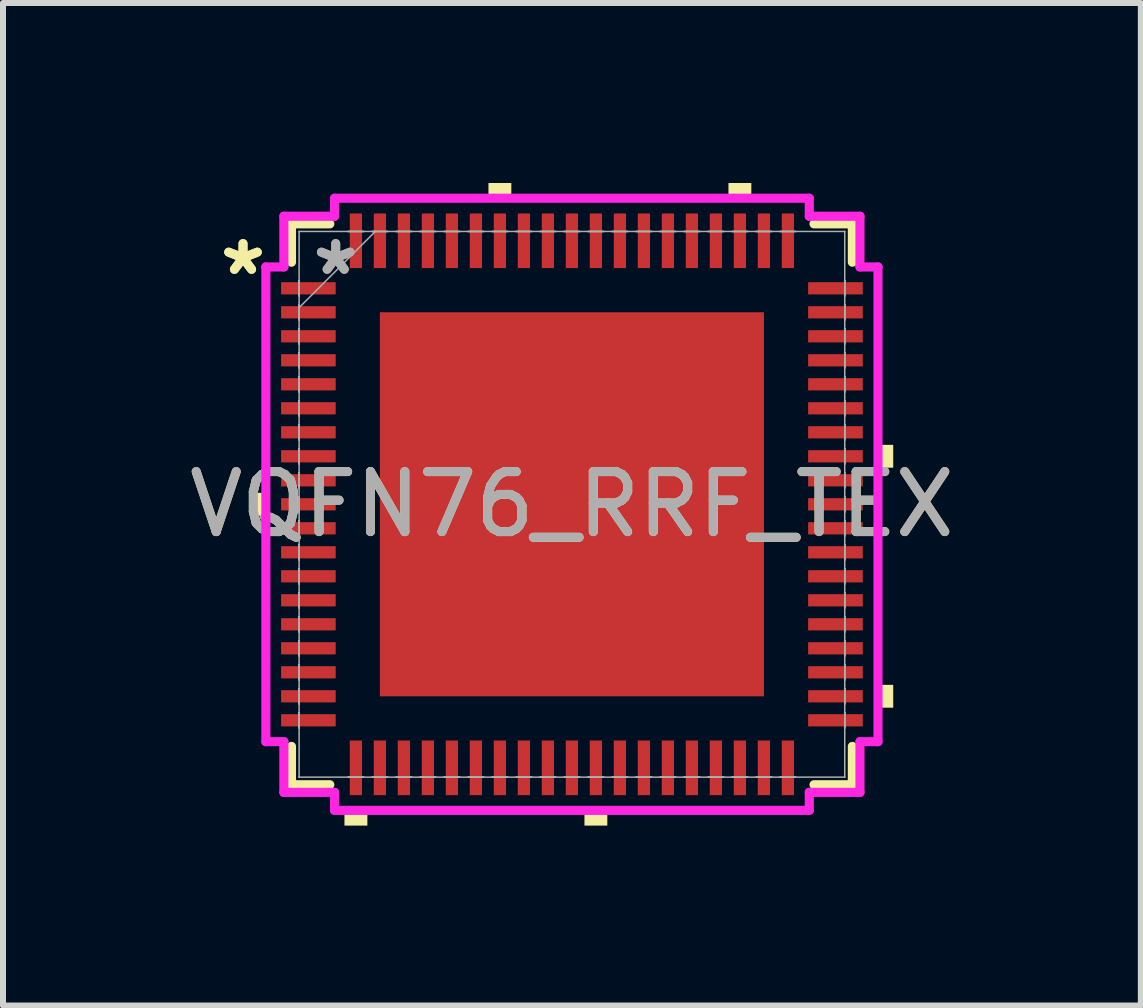
<source format=kicad_pcb>
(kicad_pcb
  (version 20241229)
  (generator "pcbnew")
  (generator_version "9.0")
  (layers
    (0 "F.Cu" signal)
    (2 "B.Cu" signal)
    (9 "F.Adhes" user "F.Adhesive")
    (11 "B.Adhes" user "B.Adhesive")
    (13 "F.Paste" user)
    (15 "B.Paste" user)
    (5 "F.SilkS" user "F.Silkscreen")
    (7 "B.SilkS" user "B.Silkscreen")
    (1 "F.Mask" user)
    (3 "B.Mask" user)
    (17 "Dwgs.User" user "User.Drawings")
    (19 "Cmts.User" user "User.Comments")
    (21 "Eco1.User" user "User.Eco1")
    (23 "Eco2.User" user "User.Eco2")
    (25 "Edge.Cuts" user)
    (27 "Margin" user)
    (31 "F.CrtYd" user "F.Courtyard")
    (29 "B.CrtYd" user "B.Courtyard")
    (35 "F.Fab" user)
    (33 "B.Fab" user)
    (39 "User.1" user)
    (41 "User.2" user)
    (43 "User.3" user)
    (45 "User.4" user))
  (footprint "VQFN76_RRF_TEX"
    (layer "F.Cu")
    (at 6.482 5.355)
    (property "Reference" "VQFN76_RRF_TEX" (at 0 0 0) (unlocked yes) (layer "F.SilkS") (effects (font (size 1 1) (thickness 0.15))))
    (attr smd)
    (fp_line (start -4.674 -4.674) (end -4.674 -4.035) (stroke (width 0.152) (type solid)) (layer "F.SilkS"))
    (fp_line (start -4.674 4.035) (end -4.674 4.674) (stroke (width 0.152) (type solid)) (layer "F.SilkS"))
    (fp_line (start -4.674 4.674) (end -4.035 4.674) (stroke (width 0.152) (type solid)) (layer "F.SilkS"))
    (fp_line (start -4.035 -4.674) (end -4.674 -4.674) (stroke (width 0.152) (type solid)) (layer "F.SilkS"))
    (fp_line (start 4.035 4.674) (end 4.674 4.674) (stroke (width 0.152) (type solid)) (layer "F.SilkS"))
    (fp_line (start 4.674 -4.674) (end 4.035 -4.674) (stroke (width 0.152) (type solid)) (layer "F.SilkS"))
    (fp_line (start 4.674 -4.035) (end 4.674 -4.674) (stroke (width 0.152) (type solid)) (layer "F.SilkS"))
    (fp_line (start 4.674 4.674) (end 4.674 4.035) (stroke (width 0.152) (type solid)) (layer "F.SilkS"))
    (fp_poly (pts (xy -5.355 -0.191) (xy -5.355 0.191) (xy -5.101 0.191) (xy -5.101 -0.191)) (stroke (width 0) (type solid)) (fill yes) (layer "F.SilkS"))
    (fp_poly (pts (xy -3.791 5.101) (xy -3.791 5.355) (xy -3.409 5.355) (xy -3.409 5.101)) (stroke (width 0) (type solid)) (fill yes) (layer "F.SilkS"))
    (fp_poly (pts (xy -1.391 -5.101) (xy -1.391 -5.355) (xy -1.01 -5.355) (xy -1.01 -5.101)) (stroke (width 0) (type solid)) (fill yes) (layer "F.SilkS"))
    (fp_poly (pts (xy 0.209 5.101) (xy 0.209 5.355) (xy 0.59 5.355) (xy 0.59 5.101)) (stroke (width 0) (type solid)) (fill yes) (layer "F.SilkS"))
    (fp_poly (pts (xy 2.609 -5.101) (xy 2.609 -5.355) (xy 2.99 -5.355) (xy 2.99 -5.101)) (stroke (width 0) (type solid)) (fill yes) (layer "F.SilkS"))
    (fp_poly (pts (xy 5.355 -0.991) (xy 5.355 -0.61) (xy 5.101 -0.61) (xy 5.101 -0.991)) (stroke (width 0) (type solid)) (fill yes) (layer "F.SilkS"))
    (fp_poly (pts (xy 5.355 3.009) (xy 5.355 3.39) (xy 5.101 3.39) (xy 5.101 3.009)) (stroke (width 0) (type solid)) (fill yes) (layer "F.SilkS"))
    (fp_poly (pts (xy -3.1 -3.1) (xy -3.1 -2.02) (xy -2.02 -2.02) (xy -2.02 -3.1)) (stroke (width 0) (type solid)) (fill yes) (layer "F.Paste"))
    (fp_poly (pts (xy -3.1 -1.82) (xy -3.1 -0.74) (xy -2.02 -0.74) (xy -2.02 -1.82)) (stroke (width 0) (type solid)) (fill yes) (layer "F.Paste"))
    (fp_poly (pts (xy -3.1 -0.54) (xy -3.1 0.54) (xy -2.02 0.54) (xy -2.02 -0.54)) (stroke (width 0) (type solid)) (fill yes) (layer "F.Paste"))
    (fp_poly (pts (xy -3.1 0.74) (xy -3.1 1.82) (xy -2.02 1.82) (xy -2.02 0.74)) (stroke (width 0) (type solid)) (fill yes) (layer "F.Paste"))
    (fp_poly (pts (xy -3.1 2.02) (xy -3.1 3.1) (xy -2.02 3.1) (xy -2.02 2.02)) (stroke (width 0) (type solid)) (fill yes) (layer "F.Paste"))
    (fp_poly (pts (xy -1.82 -3.1) (xy -1.82 -2.02) (xy -0.74 -2.02) (xy -0.74 -3.1)) (stroke (width 0) (type solid)) (fill yes) (layer "F.Paste"))
    (fp_poly (pts (xy -1.82 -1.82) (xy -1.82 -0.74) (xy -0.74 -0.74) (xy -0.74 -1.82)) (stroke (width 0) (type solid)) (fill yes) (layer "F.Paste"))
    (fp_poly (pts (xy -1.82 -0.54) (xy -1.82 0.54) (xy -0.74 0.54) (xy -0.74 -0.54)) (stroke (width 0) (type solid)) (fill yes) (layer "F.Paste"))
    (fp_poly (pts (xy -1.82 0.74) (xy -1.82 1.82) (xy -0.74 1.82) (xy -0.74 0.74)) (stroke (width 0) (type solid)) (fill yes) (layer "F.Paste"))
    (fp_poly (pts (xy -1.82 2.02) (xy -1.82 3.1) (xy -0.74 3.1) (xy -0.74 2.02)) (stroke (width 0) (type solid)) (fill yes) (layer "F.Paste"))
    (fp_poly (pts (xy -0.54 -3.1) (xy -0.54 -2.02) (xy 0.54 -2.02) (xy 0.54 -3.1)) (stroke (width 0) (type solid)) (fill yes) (layer "F.Paste"))
    (fp_poly (pts (xy -0.54 -1.82) (xy -0.54 -0.74) (xy 0.54 -0.74) (xy 0.54 -1.82)) (stroke (width 0) (type solid)) (fill yes) (layer "F.Paste"))
    (fp_poly (pts (xy -0.54 -0.54) (xy -0.54 0.54) (xy 0.54 0.54) (xy 0.54 -0.54)) (stroke (width 0) (type solid)) (fill yes) (layer "F.Paste"))
    (fp_poly (pts (xy -0.54 0.74) (xy -0.54 1.82) (xy 0.54 1.82) (xy 0.54 0.74)) (stroke (width 0) (type solid)) (fill yes) (layer "F.Paste"))
    (fp_poly (pts (xy -0.54 2.02) (xy -0.54 3.1) (xy 0.54 3.1) (xy 0.54 2.02)) (stroke (width 0) (type solid)) (fill yes) (layer "F.Paste"))
    (fp_poly (pts (xy 0.74 -3.1) (xy 0.74 -2.02) (xy 1.82 -2.02) (xy 1.82 -3.1)) (stroke (width 0) (type solid)) (fill yes) (layer "F.Paste"))
    (fp_poly (pts (xy 0.74 -1.82) (xy 0.74 -0.74) (xy 1.82 -0.74) (xy 1.82 -1.82)) (stroke (width 0) (type solid)) (fill yes) (layer "F.Paste"))
    (fp_poly (pts (xy 0.74 -0.54) (xy 0.74 0.54) (xy 1.82 0.54) (xy 1.82 -0.54)) (stroke (width 0) (type solid)) (fill yes) (layer "F.Paste"))
    (fp_poly (pts (xy 0.74 0.74) (xy 0.74 1.82) (xy 1.82 1.82) (xy 1.82 0.74)) (stroke (width 0) (type solid)) (fill yes) (layer "F.Paste"))
    (fp_poly (pts (xy 0.74 2.02) (xy 0.74 3.1) (xy 1.82 3.1) (xy 1.82 2.02)) (stroke (width 0) (type solid)) (fill yes) (layer "F.Paste"))
    (fp_poly (pts (xy 2.02 -3.1) (xy 2.02 -2.02) (xy 3.1 -2.02) (xy 3.1 -3.1)) (stroke (width 0) (type solid)) (fill yes) (layer "F.Paste"))
    (fp_poly (pts (xy 2.02 -1.82) (xy 2.02 -0.74) (xy 3.1 -0.74) (xy 3.1 -1.82)) (stroke (width 0) (type solid)) (fill yes) (layer "F.Paste"))
    (fp_poly (pts (xy 2.02 -0.54) (xy 2.02 0.54) (xy 3.1 0.54) (xy 3.1 -0.54)) (stroke (width 0) (type solid)) (fill yes) (layer "F.Paste"))
    (fp_poly (pts (xy 2.02 0.74) (xy 2.02 1.82) (xy 3.1 1.82) (xy 3.1 0.74)) (stroke (width 0) (type solid)) (fill yes) (layer "F.Paste"))
    (fp_poly (pts (xy 2.02 2.02) (xy 2.02 3.1) (xy 3.1 3.1) (xy 3.1 2.02)) (stroke (width 0) (type solid)) (fill yes) (layer "F.Paste"))
    (fp_line (start -5.101 -3.956) (end -4.801 -3.956) (stroke (width 0.152) (type solid)) (layer "F.CrtYd"))
    (fp_line (start -5.101 3.956) (end -5.101 -3.956) (stroke (width 0.152) (type solid)) (layer "F.CrtYd"))
    (fp_line (start -4.801 -4.801) (end -3.956 -4.801) (stroke (width 0.152) (type solid)) (layer "F.CrtYd"))
    (fp_line (start -4.801 -3.956) (end -4.801 -4.801) (stroke (width 0.152) (type solid)) (layer "F.CrtYd"))
    (fp_line (start -4.801 3.956) (end -5.101 3.956) (stroke (width 0.152) (type solid)) (layer "F.CrtYd"))
    (fp_line (start -4.801 4.801) (end -4.801 3.956) (stroke (width 0.152) (type solid)) (layer "F.CrtYd"))
    (fp_line (start -3.956 -5.101) (end 3.956 -5.101) (stroke (width 0.152) (type solid)) (layer "F.CrtYd"))
    (fp_line (start -3.956 -4.801) (end -3.956 -5.101) (stroke (width 0.152) (type solid)) (layer "F.CrtYd"))
    (fp_line (start -3.956 4.801) (end -4.801 4.801) (stroke (width 0.152) (type solid)) (layer "F.CrtYd"))
    (fp_line (start -3.956 5.101) (end -3.956 4.801) (stroke (width 0.152) (type solid)) (layer "F.CrtYd"))
    (fp_line (start 3.956 -5.101) (end 3.956 -4.801) (stroke (width 0.152) (type solid)) (layer "F.CrtYd"))
    (fp_line (start 3.956 -4.801) (end 4.801 -4.801) (stroke (width 0.152) (type solid)) (layer "F.CrtYd"))
    (fp_line (start 3.956 4.801) (end 3.956 5.101) (stroke (width 0.152) (type solid)) (layer "F.CrtYd"))
    (fp_line (start 3.956 5.101) (end -3.956 5.101) (stroke (width 0.152) (type solid)) (layer "F.CrtYd"))
    (fp_line (start 4.801 -4.801) (end 4.801 -3.956) (stroke (width 0.152) (type solid)) (layer "F.CrtYd"))
    (fp_line (start 4.801 -3.956) (end 5.101 -3.956) (stroke (width 0.152) (type solid)) (layer "F.CrtYd"))
    (fp_line (start 4.801 3.956) (end 4.801 4.801) (stroke (width 0.152) (type solid)) (layer "F.CrtYd"))
    (fp_line (start 4.801 4.801) (end 3.956 4.801) (stroke (width 0.152) (type solid)) (layer "F.CrtYd"))
    (fp_line (start 5.101 -3.956) (end 5.101 3.956) (stroke (width 0.152) (type solid)) (layer "F.CrtYd"))
    (fp_line (start 5.101 3.956) (end 4.801 3.956) (stroke (width 0.152) (type solid)) (layer "F.CrtYd"))
    (fp_line (start -4.547 -4.547) (end -4.547 -4.547) (stroke (width 0.025) (type solid)) (layer "F.Fab"))
    (fp_line (start -4.547 -4.547) (end -4.547 4.547) (stroke (width 0.025) (type solid)) (layer "F.Fab"))
    (fp_line (start -4.547 -3.727) (end -4.547 -3.727) (stroke (width 0.025) (type solid)) (layer "F.Fab"))
    (fp_line (start -4.547 -3.727) (end -4.547 -3.473) (stroke (width 0.025) (type solid)) (layer "F.Fab"))
    (fp_line (start -4.547 -3.473) (end -4.547 -3.727) (stroke (width 0.025) (type solid)) (layer "F.Fab"))
    (fp_line (start -4.547 -3.473) (end -4.547 -3.473) (stroke (width 0.025) (type solid)) (layer "F.Fab"))
    (fp_line (start -4.547 -3.327) (end -4.547 -3.327) (stroke (width 0.025) (type solid)) (layer "F.Fab"))
    (fp_line (start -4.547 -3.327) (end -4.547 -3.073) (stroke (width 0.025) (type solid)) (layer "F.Fab"))
    (fp_line (start -4.547 -3.277) (end -3.277 -4.547) (stroke (width 0.025) (type solid)) (layer "F.Fab"))
    (fp_line (start -4.547 -3.073) (end -4.547 -3.327) (stroke (width 0.025) (type solid)) (layer "F.Fab"))
    (fp_line (start -4.547 -3.073) (end -4.547 -3.073) (stroke (width 0.025) (type solid)) (layer "F.Fab"))
    (fp_line (start -4.547 -2.927) (end -4.547 -2.927) (stroke (width 0.025) (type solid)) (layer "F.Fab"))
    (fp_line (start -4.547 -2.927) (end -4.547 -2.673) (stroke (width 0.025) (type solid)) (layer "F.Fab"))
    (fp_line (start -4.547 -2.673) (end -4.547 -2.927) (stroke (width 0.025) (type solid)) (layer "F.Fab"))
    (fp_line (start -4.547 -2.673) (end -4.547 -2.673) (stroke (width 0.025) (type solid)) (layer "F.Fab"))
    (fp_line (start -4.547 -2.527) (end -4.547 -2.527) (stroke (width 0.025) (type solid)) (layer "F.Fab"))
    (fp_line (start -4.547 -2.527) (end -4.547 -2.273) (stroke (width 0.025) (type solid)) (layer "F.Fab"))
    (fp_line (start -4.547 -2.273) (end -4.547 -2.527) (stroke (width 0.025) (type solid)) (layer "F.Fab"))
    (fp_line (start -4.547 -2.273) (end -4.547 -2.273) (stroke (width 0.025) (type solid)) (layer "F.Fab"))
    (fp_line (start -4.547 -2.127) (end -4.547 -2.127) (stroke (width 0.025) (type solid)) (layer "F.Fab"))
    (fp_line (start -4.547 -2.127) (end -4.547 -1.873) (stroke (width 0.025) (type solid)) (layer "F.Fab"))
    (fp_line (start -4.547 -1.873) (end -4.547 -2.127) (stroke (width 0.025) (type solid)) (layer "F.Fab"))
    (fp_line (start -4.547 -1.873) (end -4.547 -1.873) (stroke (width 0.025) (type solid)) (layer "F.Fab"))
    (fp_line (start -4.547 -1.727) (end -4.547 -1.727) (stroke (width 0.025) (type solid)) (layer "F.Fab"))
    (fp_line (start -4.547 -1.727) (end -4.547 -1.473) (stroke (width 0.025) (type solid)) (layer "F.Fab"))
    (fp_line (start -4.547 -1.473) (end -4.547 -1.727) (stroke (width 0.025) (type solid)) (layer "F.Fab"))
    (fp_line (start -4.547 -1.473) (end -4.547 -1.473) (stroke (width 0.025) (type solid)) (layer "F.Fab"))
    (fp_line (start -4.547 -1.327) (end -4.547 -1.327) (stroke (width 0.025) (type solid)) (layer "F.Fab"))
    (fp_line (start -4.547 -1.327) (end -4.547 -1.073) (stroke (width 0.025) (type solid)) (layer "F.Fab"))
    (fp_line (start -4.547 -1.073) (end -4.547 -1.327) (stroke (width 0.025) (type solid)) (layer "F.Fab"))
    (fp_line (start -4.547 -1.073) (end -4.547 -1.073) (stroke (width 0.025) (type solid)) (layer "F.Fab"))
    (fp_line (start -4.547 -0.927) (end -4.547 -0.927) (stroke (width 0.025) (type solid)) (layer "F.Fab"))
    (fp_line (start -4.547 -0.927) (end -4.547 -0.673) (stroke (width 0.025) (type solid)) (layer "F.Fab"))
    (fp_line (start -4.547 -0.673) (end -4.547 -0.927) (stroke (width 0.025) (type solid)) (layer "F.Fab"))
    (fp_line (start -4.547 -0.673) (end -4.547 -0.673) (stroke (width 0.025) (type solid)) (layer "F.Fab"))
    (fp_line (start -4.547 -0.527) (end -4.547 -0.527) (stroke (width 0.025) (type solid)) (layer "F.Fab"))
    (fp_line (start -4.547 -0.527) (end -4.547 -0.273) (stroke (width 0.025) (type solid)) (layer "F.Fab"))
    (fp_line (start -4.547 -0.273) (end -4.547 -0.527) (stroke (width 0.025) (type solid)) (layer "F.Fab"))
    (fp_line (start -4.547 -0.273) (end -4.547 -0.273) (stroke (width 0.025) (type solid)) (layer "F.Fab"))
    (fp_line (start -4.547 -0.127) (end -4.547 -0.127) (stroke (width 0.025) (type solid)) (layer "F.Fab"))
    (fp_line (start -4.547 -0.127) (end -4.547 0.127) (stroke (width 0.025) (type solid)) (layer "F.Fab"))
    (fp_line (start -4.547 0.127) (end -4.547 -0.127) (stroke (width 0.025) (type solid)) (layer "F.Fab"))
    (fp_line (start -4.547 0.127) (end -4.547 0.127) (stroke (width 0.025) (type solid)) (layer "F.Fab"))
    (fp_line (start -4.547 0.273) (end -4.547 0.273) (stroke (width 0.025) (type solid)) (layer "F.Fab"))
    (fp_line (start -4.547 0.273) (end -4.547 0.527) (stroke (width 0.025) (type solid)) (layer "F.Fab"))
    (fp_line (start -4.547 0.527) (end -4.547 0.273) (stroke (width 0.025) (type solid)) (layer "F.Fab"))
    (fp_line (start -4.547 0.527) (end -4.547 0.527) (stroke (width 0.025) (type solid)) (layer "F.Fab"))
    (fp_line (start -4.547 0.673) (end -4.547 0.673) (stroke (width 0.025) (type solid)) (layer "F.Fab"))
    (fp_line (start -4.547 0.673) (end -4.547 0.927) (stroke (width 0.025) (type solid)) (layer "F.Fab"))
    (fp_line (start -4.547 0.927) (end -4.547 0.673) (stroke (width 0.025) (type solid)) (layer "F.Fab"))
    (fp_line (start -4.547 0.927) (end -4.547 0.927) (stroke (width 0.025) (type solid)) (layer "F.Fab"))
    (fp_line (start -4.547 1.073) (end -4.547 1.073) (stroke (width 0.025) (type solid)) (layer "F.Fab"))
    (fp_line (start -4.547 1.073) (end -4.547 1.327) (stroke (width 0.025) (type solid)) (layer "F.Fab"))
    (fp_line (start -4.547 1.327) (end -4.547 1.073) (stroke (width 0.025) (type solid)) (layer "F.Fab"))
    (fp_line (start -4.547 1.327) (end -4.547 1.327) (stroke (width 0.025) (type solid)) (layer "F.Fab"))
    (fp_line (start -4.547 1.473) (end -4.547 1.473) (stroke (width 0.025) (type solid)) (layer "F.Fab"))
    (fp_line (start -4.547 1.473) (end -4.547 1.727) (stroke (width 0.025) (type solid)) (layer "F.Fab"))
    (fp_line (start -4.547 1.727) (end -4.547 1.473) (stroke (width 0.025) (type solid)) (layer "F.Fab"))
    (fp_line (start -4.547 1.727) (end -4.547 1.727) (stroke (width 0.025) (type solid)) (layer "F.Fab"))
    (fp_line (start -4.547 1.873) (end -4.547 1.873) (stroke (width 0.025) (type solid)) (layer "F.Fab"))
    (fp_line (start -4.547 1.873) (end -4.547 2.127) (stroke (width 0.025) (type solid)) (layer "F.Fab"))
    (fp_line (start -4.547 2.127) (end -4.547 1.873) (stroke (width 0.025) (type solid)) (layer "F.Fab"))
    (fp_line (start -4.547 2.127) (end -4.547 2.127) (stroke (width 0.025) (type solid)) (layer "F.Fab"))
    (fp_line (start -4.547 2.273) (end -4.547 2.273) (stroke (width 0.025) (type solid)) (layer "F.Fab"))
    (fp_line (start -4.547 2.273) (end -4.547 2.527) (stroke (width 0.025) (type solid)) (layer "F.Fab"))
    (fp_line (start -4.547 2.527) (end -4.547 2.273) (stroke (width 0.025) (type solid)) (layer "F.Fab"))
    (fp_line (start -4.547 2.527) (end -4.547 2.527) (stroke (width 0.025) (type solid)) (layer "F.Fab"))
    (fp_line (start -4.547 2.673) (end -4.547 2.673) (stroke (width 0.025) (type solid)) (layer "F.Fab"))
    (fp_line (start -4.547 2.673) (end -4.547 2.927) (stroke (width 0.025) (type solid)) (layer "F.Fab"))
    (fp_line (start -4.547 2.927) (end -4.547 2.673) (stroke (width 0.025) (type solid)) (layer "F.Fab"))
    (fp_line (start -4.547 2.927) (end -4.547 2.927) (stroke (width 0.025) (type solid)) (layer "F.Fab"))
    (fp_line (start -4.547 3.073) (end -4.547 3.073) (stroke (width 0.025) (type solid)) (layer "F.Fab"))
    (fp_line (start -4.547 3.073) (end -4.547 3.327) (stroke (width 0.025) (type solid)) (layer "F.Fab"))
    (fp_line (start -4.547 3.327) (end -4.547 3.073) (stroke (width 0.025) (type solid)) (layer "F.Fab"))
    (fp_line (start -4.547 3.327) (end -4.547 3.327) (stroke (width 0.025) (type solid)) (layer "F.Fab"))
    (fp_line (start -4.547 3.473) (end -4.547 3.473) (stroke (width 0.025) (type solid)) (layer "F.Fab"))
    (fp_line (start -4.547 3.473) (end -4.547 3.727) (stroke (width 0.025) (type solid)) (layer "F.Fab"))
    (fp_line (start -4.547 3.727) (end -4.547 3.473) (stroke (width 0.025) (type solid)) (layer "F.Fab"))
    (fp_line (start -4.547 3.727) (end -4.547 3.727) (stroke (width 0.025) (type solid)) (layer "F.Fab"))
    (fp_line (start -4.547 4.547) (end -4.547 4.547) (stroke (width 0.025) (type solid)) (layer "F.Fab"))
    (fp_line (start -4.547 4.547) (end 4.547 4.547) (stroke (width 0.025) (type solid)) (layer "F.Fab"))
    (fp_line (start -3.727 -4.547) (end -3.727 -4.547) (stroke (width 0.025) (type solid)) (layer "F.Fab"))
    (fp_line (start -3.727 -4.547) (end -3.473 -4.547) (stroke (width 0.025) (type solid)) (layer "F.Fab"))
    (fp_line (start -3.727 4.547) (end -3.727 4.547) (stroke (width 0.025) (type solid)) (layer "F.Fab"))
    (fp_line (start -3.727 4.547) (end -3.473 4.547) (stroke (width 0.025) (type solid)) (layer "F.Fab"))
    (fp_line (start -3.473 -4.547) (end -3.727 -4.547) (stroke (width 0.025) (type solid)) (layer "F.Fab"))
    (fp_line (start -3.473 -4.547) (end -3.473 -4.547) (stroke (width 0.025) (type solid)) (layer "F.Fab"))
    (fp_line (start -3.473 4.547) (end -3.727 4.547) (stroke (width 0.025) (type solid)) (layer "F.Fab"))
    (fp_line (start -3.473 4.547) (end -3.473 4.547) (stroke (width 0.025) (type solid)) (layer "F.Fab"))
    (fp_line (start -3.327 -4.547) (end -3.327 -4.547) (stroke (width 0.025) (type solid)) (layer "F.Fab"))
    (fp_line (start -3.327 -4.547) (end -3.073 -4.547) (stroke (width 0.025) (type solid)) (layer "F.Fab"))
    (fp_line (start -3.327 4.547) (end -3.327 4.547) (stroke (width 0.025) (type solid)) (layer "F.Fab"))
    (fp_line (start -3.327 4.547) (end -3.073 4.547) (stroke (width 0.025) (type solid)) (layer "F.Fab"))
    (fp_line (start -3.073 -4.547) (end -3.327 -4.547) (stroke (width 0.025) (type solid)) (layer "F.Fab"))
    (fp_line (start -3.073 -4.547) (end -3.073 -4.547) (stroke (width 0.025) (type solid)) (layer "F.Fab"))
    (fp_line (start -3.073 4.547) (end -3.327 4.547) (stroke (width 0.025) (type solid)) (layer "F.Fab"))
    (fp_line (start -3.073 4.547) (end -3.073 4.547) (stroke (width 0.025) (type solid)) (layer "F.Fab"))
    (fp_line (start -2.927 -4.547) (end -2.927 -4.547) (stroke (width 0.025) (type solid)) (layer "F.Fab"))
    (fp_line (start -2.927 -4.547) (end -2.673 -4.547) (stroke (width 0.025) (type solid)) (layer "F.Fab"))
    (fp_line (start -2.927 4.547) (end -2.927 4.547) (stroke (width 0.025) (type solid)) (layer "F.Fab"))
    (fp_line (start -2.927 4.547) (end -2.673 4.547) (stroke (width 0.025) (type solid)) (layer "F.Fab"))
    (fp_line (start -2.673 -4.547) (end -2.927 -4.547) (stroke (width 0.025) (type solid)) (layer "F.Fab"))
    (fp_line (start -2.673 -4.547) (end -2.673 -4.547) (stroke (width 0.025) (type solid)) (layer "F.Fab"))
    (fp_line (start -2.673 4.547) (end -2.927 4.547) (stroke (width 0.025) (type solid)) (layer "F.Fab"))
    (fp_line (start -2.673 4.547) (end -2.673 4.547) (stroke (width 0.025) (type solid)) (layer "F.Fab"))
    (fp_line (start -2.527 -4.547) (end -2.527 -4.547) (stroke (width 0.025) (type solid)) (layer "F.Fab"))
    (fp_line (start -2.527 -4.547) (end -2.273 -4.547) (stroke (width 0.025) (type solid)) (layer "F.Fab"))
    (fp_line (start -2.527 4.547) (end -2.527 4.547) (stroke (width 0.025) (type solid)) (layer "F.Fab"))
    (fp_line (start -2.527 4.547) (end -2.273 4.547) (stroke (width 0.025) (type solid)) (layer "F.Fab"))
    (fp_line (start -2.273 -4.547) (end -2.527 -4.547) (stroke (width 0.025) (type solid)) (layer "F.Fab"))
    (fp_line (start -2.273 -4.547) (end -2.273 -4.547) (stroke (width 0.025) (type solid)) (layer "F.Fab"))
    (fp_line (start -2.273 4.547) (end -2.527 4.547) (stroke (width 0.025) (type solid)) (layer "F.Fab"))
    (fp_line (start -2.273 4.547) (end -2.273 4.547) (stroke (width 0.025) (type solid)) (layer "F.Fab"))
    (fp_line (start -2.127 -4.547) (end -2.127 -4.547) (stroke (width 0.025) (type solid)) (layer "F.Fab"))
    (fp_line (start -2.127 -4.547) (end -1.873 -4.547) (stroke (width 0.025) (type solid)) (layer "F.Fab"))
    (fp_line (start -2.127 4.547) (end -2.127 4.547) (stroke (width 0.025) (type solid)) (layer "F.Fab"))
    (fp_line (start -2.127 4.547) (end -1.873 4.547) (stroke (width 0.025) (type solid)) (layer "F.Fab"))
    (fp_line (start -1.873 -4.547) (end -2.127 -4.547) (stroke (width 0.025) (type solid)) (layer "F.Fab"))
    (fp_line (start -1.873 -4.547) (end -1.873 -4.547) (stroke (width 0.025) (type solid)) (layer "F.Fab"))
    (fp_line (start -1.873 4.547) (end -2.127 4.547) (stroke (width 0.025) (type solid)) (layer "F.Fab"))
    (fp_line (start -1.873 4.547) (end -1.873 4.547) (stroke (width 0.025) (type solid)) (layer "F.Fab"))
    (fp_line (start -1.727 -4.547) (end -1.727 -4.547) (stroke (width 0.025) (type solid)) (layer "F.Fab"))
    (fp_line (start -1.727 -4.547) (end -1.473 -4.547) (stroke (width 0.025) (type solid)) (layer "F.Fab"))
    (fp_line (start -1.727 4.547) (end -1.727 4.547) (stroke (width 0.025) (type solid)) (layer "F.Fab"))
    (fp_line (start -1.727 4.547) (end -1.473 4.547) (stroke (width 0.025) (type solid)) (layer "F.Fab"))
    (fp_line (start -1.473 -4.547) (end -1.727 -4.547) (stroke (width 0.025) (type solid)) (layer "F.Fab"))
    (fp_line (start -1.473 -4.547) (end -1.473 -4.547) (stroke (width 0.025) (type solid)) (layer "F.Fab"))
    (fp_line (start -1.473 4.547) (end -1.727 4.547) (stroke (width 0.025) (type solid)) (layer "F.Fab"))
    (fp_line (start -1.473 4.547) (end -1.473 4.547) (stroke (width 0.025) (type solid)) (layer "F.Fab"))
    (fp_line (start -1.327 -4.547) (end -1.327 -4.547) (stroke (width 0.025) (type solid)) (layer "F.Fab"))
    (fp_line (start -1.327 -4.547) (end -1.073 -4.547) (stroke (width 0.025) (type solid)) (layer "F.Fab"))
    (fp_line (start -1.327 4.547) (end -1.327 4.547) (stroke (width 0.025) (type solid)) (layer "F.Fab"))
    (fp_line (start -1.327 4.547) (end -1.073 4.547) (stroke (width 0.025) (type solid)) (layer "F.Fab"))
    (fp_line (start -1.073 -4.547) (end -1.327 -4.547) (stroke (width 0.025) (type solid)) (layer "F.Fab"))
    (fp_line (start -1.073 -4.547) (end -1.073 -4.547) (stroke (width 0.025) (type solid)) (layer "F.Fab"))
    (fp_line (start -1.073 4.547) (end -1.327 4.547) (stroke (width 0.025) (type solid)) (layer "F.Fab"))
    (fp_line (start -1.073 4.547) (end -1.073 4.547) (stroke (width 0.025) (type solid)) (layer "F.Fab"))
    (fp_line (start -0.927 -4.547) (end -0.927 -4.547) (stroke (width 0.025) (type solid)) (layer "F.Fab"))
    (fp_line (start -0.927 -4.547) (end -0.673 -4.547) (stroke (width 0.025) (type solid)) (layer "F.Fab"))
    (fp_line (start -0.927 4.547) (end -0.927 4.547) (stroke (width 0.025) (type solid)) (layer "F.Fab"))
    (fp_line (start -0.927 4.547) (end -0.673 4.547) (stroke (width 0.025) (type solid)) (layer "F.Fab"))
    (fp_line (start -0.673 -4.547) (end -0.927 -4.547) (stroke (width 0.025) (type solid)) (layer "F.Fab"))
    (fp_line (start -0.673 -4.547) (end -0.673 -4.547) (stroke (width 0.025) (type solid)) (layer "F.Fab"))
    (fp_line (start -0.673 4.547) (end -0.927 4.547) (stroke (width 0.025) (type solid)) (layer "F.Fab"))
    (fp_line (start -0.673 4.547) (end -0.673 4.547) (stroke (width 0.025) (type solid)) (layer "F.Fab"))
    (fp_line (start -0.527 -4.547) (end -0.527 -4.547) (stroke (width 0.025) (type solid)) (layer "F.Fab"))
    (fp_line (start -0.527 -4.547) (end -0.273 -4.547) (stroke (width 0.025) (type solid)) (layer "F.Fab"))
    (fp_line (start -0.527 4.547) (end -0.527 4.547) (stroke (width 0.025) (type solid)) (layer "F.Fab"))
    (fp_line (start -0.527 4.547) (end -0.273 4.547) (stroke (width 0.025) (type solid)) (layer "F.Fab"))
    (fp_line (start -0.273 -4.547) (end -0.527 -4.547) (stroke (width 0.025) (type solid)) (layer "F.Fab"))
    (fp_line (start -0.273 -4.547) (end -0.273 -4.547) (stroke (width 0.025) (type solid)) (layer "F.Fab"))
    (fp_line (start -0.273 4.547) (end -0.527 4.547) (stroke (width 0.025) (type solid)) (layer "F.Fab"))
    (fp_line (start -0.273 4.547) (end -0.273 4.547) (stroke (width 0.025) (type solid)) (layer "F.Fab"))
    (fp_line (start -0.127 -4.547) (end -0.127 -4.547) (stroke (width 0.025) (type solid)) (layer "F.Fab"))
    (fp_line (start -0.127 -4.547) (end 0.127 -4.547) (stroke (width 0.025) (type solid)) (layer "F.Fab"))
    (fp_line (start -0.127 4.547) (end -0.127 4.547) (stroke (width 0.025) (type solid)) (layer "F.Fab"))
    (fp_line (start -0.127 4.547) (end 0.127 4.547) (stroke (width 0.025) (type solid)) (layer "F.Fab"))
    (fp_line (start 0.127 -4.547) (end -0.127 -4.547) (stroke (width 0.025) (type solid)) (layer "F.Fab"))
    (fp_line (start 0.127 -4.547) (end 0.127 -4.547) (stroke (width 0.025) (type solid)) (layer "F.Fab"))
    (fp_line (start 0.127 4.547) (end -0.127 4.547) (stroke (width 0.025) (type solid)) (layer "F.Fab"))
    (fp_line (start 0.127 4.547) (end 0.127 4.547) (stroke (width 0.025) (type solid)) (layer "F.Fab"))
    (fp_line (start 0.273 -4.547) (end 0.273 -4.547) (stroke (width 0.025) (type solid)) (layer "F.Fab"))
    (fp_line (start 0.273 -4.547) (end 0.527 -4.547) (stroke (width 0.025) (type solid)) (layer "F.Fab"))
    (fp_line (start 0.273 4.547) (end 0.273 4.547) (stroke (width 0.025) (type solid)) (layer "F.Fab"))
    (fp_line (start 0.273 4.547) (end 0.527 4.547) (stroke (width 0.025) (type solid)) (layer "F.Fab"))
    (fp_line (start 0.527 -4.547) (end 0.273 -4.547) (stroke (width 0.025) (type solid)) (layer "F.Fab"))
    (fp_line (start 0.527 -4.547) (end 0.527 -4.547) (stroke (width 0.025) (type solid)) (layer "F.Fab"))
    (fp_line (start 0.527 4.547) (end 0.273 4.547) (stroke (width 0.025) (type solid)) (layer "F.Fab"))
    (fp_line (start 0.527 4.547) (end 0.527 4.547) (stroke (width 0.025) (type solid)) (layer "F.Fab"))
    (fp_line (start 0.673 -4.547) (end 0.673 -4.547) (stroke (width 0.025) (type solid)) (layer "F.Fab"))
    (fp_line (start 0.673 -4.547) (end 0.927 -4.547) (stroke (width 0.025) (type solid)) (layer "F.Fab"))
    (fp_line (start 0.673 4.547) (end 0.673 4.547) (stroke (width 0.025) (type solid)) (layer "F.Fab"))
    (fp_line (start 0.673 4.547) (end 0.927 4.547) (stroke (width 0.025) (type solid)) (layer "F.Fab"))
    (fp_line (start 0.927 -4.547) (end 0.673 -4.547) (stroke (width 0.025) (type solid)) (layer "F.Fab"))
    (fp_line (start 0.927 -4.547) (end 0.927 -4.547) (stroke (width 0.025) (type solid)) (layer "F.Fab"))
    (fp_line (start 0.927 4.547) (end 0.673 4.547) (stroke (width 0.025) (type solid)) (layer "F.Fab"))
    (fp_line (start 0.927 4.547) (end 0.927 4.547) (stroke (width 0.025) (type solid)) (layer "F.Fab"))
    (fp_line (start 1.073 -4.547) (end 1.073 -4.547) (stroke (width 0.025) (type solid)) (layer "F.Fab"))
    (fp_line (start 1.073 -4.547) (end 1.327 -4.547) (stroke (width 0.025) (type solid)) (layer "F.Fab"))
    (fp_line (start 1.073 4.547) (end 1.073 4.547) (stroke (width 0.025) (type solid)) (layer "F.Fab"))
    (fp_line (start 1.073 4.547) (end 1.327 4.547) (stroke (width 0.025) (type solid)) (layer "F.Fab"))
    (fp_line (start 1.327 -4.547) (end 1.073 -4.547) (stroke (width 0.025) (type solid)) (layer "F.Fab"))
    (fp_line (start 1.327 -4.547) (end 1.327 -4.547) (stroke (width 0.025) (type solid)) (layer "F.Fab"))
    (fp_line (start 1.327 4.547) (end 1.073 4.547) (stroke (width 0.025) (type solid)) (layer "F.Fab"))
    (fp_line (start 1.327 4.547) (end 1.327 4.547) (stroke (width 0.025) (type solid)) (layer "F.Fab"))
    (fp_line (start 1.473 -4.547) (end 1.473 -4.547) (stroke (width 0.025) (type solid)) (layer "F.Fab"))
    (fp_line (start 1.473 -4.547) (end 1.727 -4.547) (stroke (width 0.025) (type solid)) (layer "F.Fab"))
    (fp_line (start 1.473 4.547) (end 1.473 4.547) (stroke (width 0.025) (type solid)) (layer "F.Fab"))
    (fp_line (start 1.473 4.547) (end 1.727 4.547) (stroke (width 0.025) (type solid)) (layer "F.Fab"))
    (fp_line (start 1.727 -4.547) (end 1.473 -4.547) (stroke (width 0.025) (type solid)) (layer "F.Fab"))
    (fp_line (start 1.727 -4.547) (end 1.727 -4.547) (stroke (width 0.025) (type solid)) (layer "F.Fab"))
    (fp_line (start 1.727 4.547) (end 1.473 4.547) (stroke (width 0.025) (type solid)) (layer "F.Fab"))
    (fp_line (start 1.727 4.547) (end 1.727 4.547) (stroke (width 0.025) (type solid)) (layer "F.Fab"))
    (fp_line (start 1.873 -4.547) (end 1.873 -4.547) (stroke (width 0.025) (type solid)) (layer "F.Fab"))
    (fp_line (start 1.873 -4.547) (end 2.127 -4.547) (stroke (width 0.025) (type solid)) (layer "F.Fab"))
    (fp_line (start 1.873 4.547) (end 1.873 4.547) (stroke (width 0.025) (type solid)) (layer "F.Fab"))
    (fp_line (start 1.873 4.547) (end 2.127 4.547) (stroke (width 0.025) (type solid)) (layer "F.Fab"))
    (fp_line (start 2.127 -4.547) (end 1.873 -4.547) (stroke (width 0.025) (type solid)) (layer "F.Fab"))
    (fp_line (start 2.127 -4.547) (end 2.127 -4.547) (stroke (width 0.025) (type solid)) (layer "F.Fab"))
    (fp_line (start 2.127 4.547) (end 1.873 4.547) (stroke (width 0.025) (type solid)) (layer "F.Fab"))
    (fp_line (start 2.127 4.547) (end 2.127 4.547) (stroke (width 0.025) (type solid)) (layer "F.Fab"))
    (fp_line (start 2.273 -4.547) (end 2.273 -4.547) (stroke (width 0.025) (type solid)) (layer "F.Fab"))
    (fp_line (start 2.273 -4.547) (end 2.527 -4.547) (stroke (width 0.025) (type solid)) (layer "F.Fab"))
    (fp_line (start 2.273 4.547) (end 2.273 4.547) (stroke (width 0.025) (type solid)) (layer "F.Fab"))
    (fp_line (start 2.273 4.547) (end 2.527 4.547) (stroke (width 0.025) (type solid)) (layer "F.Fab"))
    (fp_line (start 2.527 -4.547) (end 2.273 -4.547) (stroke (width 0.025) (type solid)) (layer "F.Fab"))
    (fp_line (start 2.527 -4.547) (end 2.527 -4.547) (stroke (width 0.025) (type solid)) (layer "F.Fab"))
    (fp_line (start 2.527 4.547) (end 2.273 4.547) (stroke (width 0.025) (type solid)) (layer "F.Fab"))
    (fp_line (start 2.527 4.547) (end 2.527 4.547) (stroke (width 0.025) (type solid)) (layer "F.Fab"))
    (fp_line (start 2.673 -4.547) (end 2.673 -4.547) (stroke (width 0.025) (type solid)) (layer "F.Fab"))
    (fp_line (start 2.673 -4.547) (end 2.927 -4.547) (stroke (width 0.025) (type solid)) (layer "F.Fab"))
    (fp_line (start 2.673 4.547) (end 2.673 4.547) (stroke (width 0.025) (type solid)) (layer "F.Fab"))
    (fp_line (start 2.673 4.547) (end 2.927 4.547) (stroke (width 0.025) (type solid)) (layer "F.Fab"))
    (fp_line (start 2.927 -4.547) (end 2.673 -4.547) (stroke (width 0.025) (type solid)) (layer "F.Fab"))
    (fp_line (start 2.927 -4.547) (end 2.927 -4.547) (stroke (width 0.025) (type solid)) (layer "F.Fab"))
    (fp_line (start 2.927 4.547) (end 2.673 4.547) (stroke (width 0.025) (type solid)) (layer "F.Fab"))
    (fp_line (start 2.927 4.547) (end 2.927 4.547) (stroke (width 0.025) (type solid)) (layer "F.Fab"))
    (fp_line (start 3.073 -4.547) (end 3.073 -4.547) (stroke (width 0.025) (type solid)) (layer "F.Fab"))
    (fp_line (start 3.073 -4.547) (end 3.327 -4.547) (stroke (width 0.025) (type solid)) (layer "F.Fab"))
    (fp_line (start 3.073 4.547) (end 3.073 4.547) (stroke (width 0.025) (type solid)) (layer "F.Fab"))
    (fp_line (start 3.073 4.547) (end 3.327 4.547) (stroke (width 0.025) (type solid)) (layer "F.Fab"))
    (fp_line (start 3.327 -4.547) (end 3.073 -4.547) (stroke (width 0.025) (type solid)) (layer "F.Fab"))
    (fp_line (start 3.327 -4.547) (end 3.327 -4.547) (stroke (width 0.025) (type solid)) (layer "F.Fab"))
    (fp_line (start 3.327 4.547) (end 3.073 4.547) (stroke (width 0.025) (type solid)) (layer "F.Fab"))
    (fp_line (start 3.327 4.547) (end 3.327 4.547) (stroke (width 0.025) (type solid)) (layer "F.Fab"))
    (fp_line (start 3.473 -4.547) (end 3.473 -4.547) (stroke (width 0.025) (type solid)) (layer "F.Fab"))
    (fp_line (start 3.473 -4.547) (end 3.727 -4.547) (stroke (width 0.025) (type solid)) (layer "F.Fab"))
    (fp_line (start 3.473 4.547) (end 3.473 4.547) (stroke (width 0.025) (type solid)) (layer "F.Fab"))
    (fp_line (start 3.473 4.547) (end 3.727 4.547) (stroke (width 0.025) (type solid)) (layer "F.Fab"))
    (fp_line (start 3.727 -4.547) (end 3.473 -4.547) (stroke (width 0.025) (type solid)) (layer "F.Fab"))
    (fp_line (start 3.727 -4.547) (end 3.727 -4.547) (stroke (width 0.025) (type solid)) (layer "F.Fab"))
    (fp_line (start 3.727 4.547) (end 3.473 4.547) (stroke (width 0.025) (type solid)) (layer "F.Fab"))
    (fp_line (start 3.727 4.547) (end 3.727 4.547) (stroke (width 0.025) (type solid)) (layer "F.Fab"))
    (fp_line (start 4.547 -4.547) (end -4.547 -4.547) (stroke (width 0.025) (type solid)) (layer "F.Fab"))
    (fp_line (start 4.547 -4.547) (end 4.547 -4.547) (stroke (width 0.025) (type solid)) (layer "F.Fab"))
    (fp_line (start 4.547 -3.727) (end 4.547 -3.727) (stroke (width 0.025) (type solid)) (layer "F.Fab"))
    (fp_line (start 4.547 -3.727) (end 4.547 -3.473) (stroke (width 0.025) (type solid)) (layer "F.Fab"))
    (fp_line (start 4.547 -3.473) (end 4.547 -3.727) (stroke (width 0.025) (type solid)) (layer "F.Fab"))
    (fp_line (start 4.547 -3.473) (end 4.547 -3.473) (stroke (width 0.025) (type solid)) (layer "F.Fab"))
    (fp_line (start 4.547 -3.327) (end 4.547 -3.327) (stroke (width 0.025) (type solid)) (layer "F.Fab"))
    (fp_line (start 4.547 -3.327) (end 4.547 -3.073) (stroke (width 0.025) (type solid)) (layer "F.Fab"))
    (fp_line (start 4.547 -3.073) (end 4.547 -3.327) (stroke (width 0.025) (type solid)) (layer "F.Fab"))
    (fp_line (start 4.547 -3.073) (end 4.547 -3.073) (stroke (width 0.025) (type solid)) (layer "F.Fab"))
    (fp_line (start 4.547 -2.927) (end 4.547 -2.927) (stroke (width 0.025) (type solid)) (layer "F.Fab"))
    (fp_line (start 4.547 -2.927) (end 4.547 -2.673) (stroke (width 0.025) (type solid)) (layer "F.Fab"))
    (fp_line (start 4.547 -2.673) (end 4.547 -2.927) (stroke (width 0.025) (type solid)) (layer "F.Fab"))
    (fp_line (start 4.547 -2.673) (end 4.547 -2.673) (stroke (width 0.025) (type solid)) (layer "F.Fab"))
    (fp_line (start 4.547 -2.527) (end 4.547 -2.527) (stroke (width 0.025) (type solid)) (layer "F.Fab"))
    (fp_line (start 4.547 -2.527) (end 4.547 -2.273) (stroke (width 0.025) (type solid)) (layer "F.Fab"))
    (fp_line (start 4.547 -2.273) (end 4.547 -2.527) (stroke (width 0.025) (type solid)) (layer "F.Fab"))
    (fp_line (start 4.547 -2.273) (end 4.547 -2.273) (stroke (width 0.025) (type solid)) (layer "F.Fab"))
    (fp_line (start 4.547 -2.127) (end 4.547 -2.127) (stroke (width 0.025) (type solid)) (layer "F.Fab"))
    (fp_line (start 4.547 -2.127) (end 4.547 -1.873) (stroke (width 0.025) (type solid)) (layer "F.Fab"))
    (fp_line (start 4.547 -1.873) (end 4.547 -2.127) (stroke (width 0.025) (type solid)) (layer "F.Fab"))
    (fp_line (start 4.547 -1.873) (end 4.547 -1.873) (stroke (width 0.025) (type solid)) (layer "F.Fab"))
    (fp_line (start 4.547 -1.727) (end 4.547 -1.727) (stroke (width 0.025) (type solid)) (layer "F.Fab"))
    (fp_line (start 4.547 -1.727) (end 4.547 -1.473) (stroke (width 0.025) (type solid)) (layer "F.Fab"))
    (fp_line (start 4.547 -1.473) (end 4.547 -1.727) (stroke (width 0.025) (type solid)) (layer "F.Fab"))
    (fp_line (start 4.547 -1.473) (end 4.547 -1.473) (stroke (width 0.025) (type solid)) (layer "F.Fab"))
    (fp_line (start 4.547 -1.327) (end 4.547 -1.327) (stroke (width 0.025) (type solid)) (layer "F.Fab"))
    (fp_line (start 4.547 -1.327) (end 4.547 -1.073) (stroke (width 0.025) (type solid)) (layer "F.Fab"))
    (fp_line (start 4.547 -1.073) (end 4.547 -1.327) (stroke (width 0.025) (type solid)) (layer "F.Fab"))
    (fp_line (start 4.547 -1.073) (end 4.547 -1.073) (stroke (width 0.025) (type solid)) (layer "F.Fab"))
    (fp_line (start 4.547 -0.927) (end 4.547 -0.927) (stroke (width 0.025) (type solid)) (layer "F.Fab"))
    (fp_line (start 4.547 -0.927) (end 4.547 -0.673) (stroke (width 0.025) (type solid)) (layer "F.Fab"))
    (fp_line (start 4.547 -0.673) (end 4.547 -0.927) (stroke (width 0.025) (type solid)) (layer "F.Fab"))
    (fp_line (start 4.547 -0.673) (end 4.547 -0.673) (stroke (width 0.025) (type solid)) (layer "F.Fab"))
    (fp_line (start 4.547 -0.527) (end 4.547 -0.527) (stroke (width 0.025) (type solid)) (layer "F.Fab"))
    (fp_line (start 4.547 -0.527) (end 4.547 -0.273) (stroke (width 0.025) (type solid)) (layer "F.Fab"))
    (fp_line (start 4.547 -0.273) (end 4.547 -0.527) (stroke (width 0.025) (type solid)) (layer "F.Fab"))
    (fp_line (start 4.547 -0.273) (end 4.547 -0.273) (stroke (width 0.025) (type solid)) (layer "F.Fab"))
    (fp_line (start 4.547 -0.127) (end 4.547 -0.127) (stroke (width 0.025) (type solid)) (layer "F.Fab"))
    (fp_line (start 4.547 -0.127) (end 4.547 0.127) (stroke (width 0.025) (type solid)) (layer "F.Fab"))
    (fp_line (start 4.547 0.127) (end 4.547 -0.127) (stroke (width 0.025) (type solid)) (layer "F.Fab"))
    (fp_line (start 4.547 0.127) (end 4.547 0.127) (stroke (width 0.025) (type solid)) (layer "F.Fab"))
    (fp_line (start 4.547 0.273) (end 4.547 0.273) (stroke (width 0.025) (type solid)) (layer "F.Fab"))
    (fp_line (start 4.547 0.273) (end 4.547 0.527) (stroke (width 0.025) (type solid)) (layer "F.Fab"))
    (fp_line (start 4.547 0.527) (end 4.547 0.273) (stroke (width 0.025) (type solid)) (layer "F.Fab"))
    (fp_line (start 4.547 0.527) (end 4.547 0.527) (stroke (width 0.025) (type solid)) (layer "F.Fab"))
    (fp_line (start 4.547 0.673) (end 4.547 0.673) (stroke (width 0.025) (type solid)) (layer "F.Fab"))
    (fp_line (start 4.547 0.673) (end 4.547 0.927) (stroke (width 0.025) (type solid)) (layer "F.Fab"))
    (fp_line (start 4.547 0.927) (end 4.547 0.673) (stroke (width 0.025) (type solid)) (layer "F.Fab"))
    (fp_line (start 4.547 0.927) (end 4.547 0.927) (stroke (width 0.025) (type solid)) (layer "F.Fab"))
    (fp_line (start 4.547 1.073) (end 4.547 1.073) (stroke (width 0.025) (type solid)) (layer "F.Fab"))
    (fp_line (start 4.547 1.073) (end 4.547 1.327) (stroke (width 0.025) (type solid)) (layer "F.Fab"))
    (fp_line (start 4.547 1.327) (end 4.547 1.073) (stroke (width 0.025) (type solid)) (layer "F.Fab"))
    (fp_line (start 4.547 1.327) (end 4.547 1.327) (stroke (width 0.025) (type solid)) (layer "F.Fab"))
    (fp_line (start 4.547 1.473) (end 4.547 1.473) (stroke (width 0.025) (type solid)) (layer "F.Fab"))
    (fp_line (start 4.547 1.473) (end 4.547 1.727) (stroke (width 0.025) (type solid)) (layer "F.Fab"))
    (fp_line (start 4.547 1.727) (end 4.547 1.473) (stroke (width 0.025) (type solid)) (layer "F.Fab"))
    (fp_line (start 4.547 1.727) (end 4.547 1.727) (stroke (width 0.025) (type solid)) (layer "F.Fab"))
    (fp_line (start 4.547 1.873) (end 4.547 1.873) (stroke (width 0.025) (type solid)) (layer "F.Fab"))
    (fp_line (start 4.547 1.873) (end 4.547 2.127) (stroke (width 0.025) (type solid)) (layer "F.Fab"))
    (fp_line (start 4.547 2.127) (end 4.547 1.873) (stroke (width 0.025) (type solid)) (layer "F.Fab"))
    (fp_line (start 4.547 2.127) (end 4.547 2.127) (stroke (width 0.025) (type solid)) (layer "F.Fab"))
    (fp_line (start 4.547 2.273) (end 4.547 2.273) (stroke (width 0.025) (type solid)) (layer "F.Fab"))
    (fp_line (start 4.547 2.273) (end 4.547 2.527) (stroke (width 0.025) (type solid)) (layer "F.Fab"))
    (fp_line (start 4.547 2.527) (end 4.547 2.273) (stroke (width 0.025) (type solid)) (layer "F.Fab"))
    (fp_line (start 4.547 2.527) (end 4.547 2.527) (stroke (width 0.025) (type solid)) (layer "F.Fab"))
    (fp_line (start 4.547 2.673) (end 4.547 2.673) (stroke (width 0.025) (type solid)) (layer "F.Fab"))
    (fp_line (start 4.547 2.673) (end 4.547 2.927) (stroke (width 0.025) (type solid)) (layer "F.Fab"))
    (fp_line (start 4.547 2.927) (end 4.547 2.673) (stroke (width 0.025) (type solid)) (layer "F.Fab"))
    (fp_line (start 4.547 2.927) (end 4.547 2.927) (stroke (width 0.025) (type solid)) (layer "F.Fab"))
    (fp_line (start 4.547 3.073) (end 4.547 3.073) (stroke (width 0.025) (type solid)) (layer "F.Fab"))
    (fp_line (start 4.547 3.073) (end 4.547 3.327) (stroke (width 0.025) (type solid)) (layer "F.Fab"))
    (fp_line (start 4.547 3.327) (end 4.547 3.073) (stroke (width 0.025) (type solid)) (layer "F.Fab"))
    (fp_line (start 4.547 3.327) (end 4.547 3.327) (stroke (width 0.025) (type solid)) (layer "F.Fab"))
    (fp_line (start 4.547 3.473) (end 4.547 3.473) (stroke (width 0.025) (type solid)) (layer "F.Fab"))
    (fp_line (start 4.547 3.473) (end 4.547 3.727) (stroke (width 0.025) (type solid)) (layer "F.Fab"))
    (fp_line (start 4.547 3.727) (end 4.547 3.473) (stroke (width 0.025) (type solid)) (layer "F.Fab"))
    (fp_line (start 4.547 3.727) (end 4.547 3.727) (stroke (width 0.025) (type solid)) (layer "F.Fab"))
    (fp_line (start 4.547 4.547) (end 4.547 -4.547) (stroke (width 0.025) (type solid)) (layer "F.Fab"))
    (fp_line (start 4.547 4.547) (end 4.547 4.547) (stroke (width 0.025) (type solid)) (layer "F.Fab"))
    (fp_text user "*" (at -5.482 -3.8 0) (layer "F.SilkS") (effects (font (size 1 1) (thickness 0.15))))
    (fp_text user "*" (at -5.482 -3.8 0) (unlocked yes) (layer "F.SilkS") (effects (font (size 1 1) (thickness 0.15))))
    (fp_text user "${REFERENCE}" (at 0 0 0) (unlocked yes) (layer "F.Fab") (effects (font (size 1 1) (thickness 0.15))))
    (fp_text user "*" (at -3.937 -3.8 0) (unlocked yes) (layer "F.Fab") (effects (font (size 1 1) (thickness 0.15))))
    (fp_text user "*" (at -3.937 -3.8 0) (layer "F.Fab") (effects (font (size 1 1) (thickness 0.15))))
    (pad "1" smd rect (at -4.392 -3.6 90) (size 0.204 0.91) (layers "F.Cu" "F.Mask" "F.Paste"))
    (pad "2" smd rect (at -4.392 -3.2 90) (size 0.204 0.91) (layers "F.Cu" "F.Mask" "F.Paste"))
    (pad "3" smd rect (at -4.392 -2.8 90) (size 0.204 0.91) (layers "F.Cu" "F.Mask" "F.Paste"))
    (pad "4" smd rect (at -4.392 -2.4 90) (size 0.204 0.91) (layers "F.Cu" "F.Mask" "F.Paste"))
    (pad "5" smd rect (at -4.392 -2 90) (size 0.204 0.91) (layers "F.Cu" "F.Mask" "F.Paste"))
    (pad "6" smd rect (at -4.392 -1.6 90) (size 0.204 0.91) (layers "F.Cu" "F.Mask" "F.Paste"))
    (pad "7" smd rect (at -4.392 -1.2 90) (size 0.204 0.91) (layers "F.Cu" "F.Mask" "F.Paste"))
    (pad "8" smd rect (at -4.392 -0.8 90) (size 0.204 0.91) (layers "F.Cu" "F.Mask" "F.Paste"))
    (pad "9" smd rect (at -4.392 -0.4 90) (size 0.204 0.91) (layers "F.Cu" "F.Mask" "F.Paste"))
    (pad "10" smd rect (at -4.392 0 90) (size 0.204 0.91) (layers "F.Cu" "F.Mask" "F.Paste"))
    (pad "11" smd rect (at -4.392 0.4 90) (size 0.204 0.91) (layers "F.Cu" "F.Mask" "F.Paste"))
    (pad "12" smd rect (at -4.392 0.8 90) (size 0.204 0.91) (layers "F.Cu" "F.Mask" "F.Paste"))
    (pad "13" smd rect (at -4.392 1.2 90) (size 0.204 0.91) (layers "F.Cu" "F.Mask" "F.Paste"))
    (pad "14" smd rect (at -4.392 1.6 90) (size 0.204 0.91) (layers "F.Cu" "F.Mask" "F.Paste"))
    (pad "15" smd rect (at -4.392 2 90) (size 0.204 0.91) (layers "F.Cu" "F.Mask" "F.Paste"))
    (pad "16" smd rect (at -4.392 2.4 90) (size 0.204 0.91) (layers "F.Cu" "F.Mask" "F.Paste"))
    (pad "17" smd rect (at -4.392 2.8 90) (size 0.204 0.91) (layers "F.Cu" "F.Mask" "F.Paste"))
    (pad "18" smd rect (at -4.392 3.2 90) (size 0.204 0.91) (layers "F.Cu" "F.Mask" "F.Paste"))
    (pad "19" smd rect (at -4.392 3.6 90) (size 0.204 0.91) (layers "F.Cu" "F.Mask" "F.Paste"))
    (pad "20" smd rect (at -3.6 4.392) (size 0.204 0.91) (layers "F.Cu" "F.Mask" "F.Paste"))
    (pad "21" smd rect (at -3.2 4.392) (size 0.204 0.91) (layers "F.Cu" "F.Mask" "F.Paste"))
    (pad "22" smd rect (at -2.8 4.392) (size 0.204 0.91) (layers "F.Cu" "F.Mask" "F.Paste"))
    (pad "23" smd rect (at -2.4 4.392) (size 0.204 0.91) (layers "F.Cu" "F.Mask" "F.Paste"))
    (pad "24" smd rect (at -2 4.392) (size 0.204 0.91) (layers "F.Cu" "F.Mask" "F.Paste"))
    (pad "25" smd rect (at -1.6 4.392) (size 0.204 0.91) (layers "F.Cu" "F.Mask" "F.Paste"))
    (pad "26" smd rect (at -1.2 4.392) (size 0.204 0.91) (layers "F.Cu" "F.Mask" "F.Paste"))
    (pad "27" smd rect (at -0.8 4.392) (size 0.204 0.91) (layers "F.Cu" "F.Mask" "F.Paste"))
    (pad "28" smd rect (at -0.4 4.392) (size 0.204 0.91) (layers "F.Cu" "F.Mask" "F.Paste"))
    (pad "29" smd rect (at 0 4.392) (size 0.204 0.91) (layers "F.Cu" "F.Mask" "F.Paste"))
    (pad "30" smd rect (at 0.4 4.392) (size 0.204 0.91) (layers "F.Cu" "F.Mask" "F.Paste"))
    (pad "31" smd rect (at 0.8 4.392) (size 0.204 0.91) (layers "F.Cu" "F.Mask" "F.Paste"))
    (pad "32" smd rect (at 1.2 4.392) (size 0.204 0.91) (layers "F.Cu" "F.Mask" "F.Paste"))
    (pad "33" smd rect (at 1.6 4.392) (size 0.204 0.91) (layers "F.Cu" "F.Mask" "F.Paste"))
    (pad "34" smd rect (at 2 4.392) (size 0.204 0.91) (layers "F.Cu" "F.Mask" "F.Paste"))
    (pad "35" smd rect (at 2.4 4.392) (size 0.204 0.91) (layers "F.Cu" "F.Mask" "F.Paste"))
    (pad "36" smd rect (at 2.8 4.392) (size 0.204 0.91) (layers "F.Cu" "F.Mask" "F.Paste"))
    (pad "37" smd rect (at 3.2 4.392) (size 0.204 0.91) (layers "F.Cu" "F.Mask" "F.Paste"))
    (pad "38" smd rect (at 3.6 4.392) (size 0.204 0.91) (layers "F.Cu" "F.Mask" "F.Paste"))
    (pad "39" smd rect (at 4.392 3.6 90) (size 0.204 0.91) (layers "F.Cu" "F.Mask" "F.Paste"))
    (pad "40" smd rect (at 4.392 3.2 90) (size 0.204 0.91) (layers "F.Cu" "F.Mask" "F.Paste"))
    (pad "41" smd rect (at 4.392 2.8 90) (size 0.204 0.91) (layers "F.Cu" "F.Mask" "F.Paste"))
    (pad "42" smd rect (at 4.392 2.4 90) (size 0.204 0.91) (layers "F.Cu" "F.Mask" "F.Paste"))
    (pad "43" smd rect (at 4.392 2 90) (size 0.204 0.91) (layers "F.Cu" "F.Mask" "F.Paste"))
    (pad "44" smd rect (at 4.392 1.6 90) (size 0.204 0.91) (layers "F.Cu" "F.Mask" "F.Paste"))
    (pad "45" smd rect (at 4.392 1.2 90) (size 0.204 0.91) (layers "F.Cu" "F.Mask" "F.Paste"))
    (pad "46" smd rect (at 4.392 0.8 90) (size 0.204 0.91) (layers "F.Cu" "F.Mask" "F.Paste"))
    (pad "47" smd rect (at 4.392 0.4 90) (size 0.204 0.91) (layers "F.Cu" "F.Mask" "F.Paste"))
    (pad "48" smd rect (at 4.392 0 90) (size 0.204 0.91) (layers "F.Cu" "F.Mask" "F.Paste"))
    (pad "49" smd rect (at 4.392 -0.4 90) (size 0.204 0.91) (layers "F.Cu" "F.Mask" "F.Paste"))
    (pad "50" smd rect (at 4.392 -0.8 90) (size 0.204 0.91) (layers "F.Cu" "F.Mask" "F.Paste"))
    (pad "51" smd rect (at 4.392 -1.2 90) (size 0.204 0.91) (layers "F.Cu" "F.Mask" "F.Paste"))
    (pad "52" smd rect (at 4.392 -1.6 90) (size 0.204 0.91) (layers "F.Cu" "F.Mask" "F.Paste"))
    (pad "53" smd rect (at 4.392 -2 90) (size 0.204 0.91) (layers "F.Cu" "F.Mask" "F.Paste"))
    (pad "54" smd rect (at 4.392 -2.4 90) (size 0.204 0.91) (layers "F.Cu" "F.Mask" "F.Paste"))
    (pad "55" smd rect (at 4.392 -2.8 90) (size 0.204 0.91) (layers "F.Cu" "F.Mask" "F.Paste"))
    (pad "56" smd rect (at 4.392 -3.2 90) (size 0.204 0.91) (layers "F.Cu" "F.Mask" "F.Paste"))
    (pad "57" smd rect (at 4.392 -3.6 90) (size 0.204 0.91) (layers "F.Cu" "F.Mask" "F.Paste"))
    (pad "58" smd rect (at 3.6 -4.392) (size 0.204 0.91) (layers "F.Cu" "F.Mask" "F.Paste"))
    (pad "59" smd rect (at 3.2 -4.392) (size 0.204 0.91) (layers "F.Cu" "F.Mask" "F.Paste"))
    (pad "60" smd rect (at 2.8 -4.392) (size 0.204 0.91) (layers "F.Cu" "F.Mask" "F.Paste"))
    (pad "61" smd rect (at 2.4 -4.392) (size 0.204 0.91) (layers "F.Cu" "F.Mask" "F.Paste"))
    (pad "62" smd rect (at 2 -4.392) (size 0.204 0.91) (layers "F.Cu" "F.Mask" "F.Paste"))
    (pad "63" smd rect (at 1.6 -4.392) (size 0.204 0.91) (layers "F.Cu" "F.Mask" "F.Paste"))
    (pad "64" smd rect (at 1.2 -4.392) (size 0.204 0.91) (layers "F.Cu" "F.Mask" "F.Paste"))
    (pad "65" smd rect (at 0.8 -4.392) (size 0.204 0.91) (layers "F.Cu" "F.Mask" "F.Paste"))
    (pad "66" smd rect (at 0.4 -4.392) (size 0.204 0.91) (layers "F.Cu" "F.Mask" "F.Paste"))
    (pad "67" smd rect (at 0 -4.392) (size 0.204 0.91) (layers "F.Cu" "F.Mask" "F.Paste"))
    (pad "68" smd rect (at -0.4 -4.392) (size 0.204 0.91) (layers "F.Cu" "F.Mask" "F.Paste"))
    (pad "69" smd rect (at -0.8 -4.392) (size 0.204 0.91) (layers "F.Cu" "F.Mask" "F.Paste"))
    (pad "70" smd rect (at -1.2 -4.392) (size 0.204 0.91) (layers "F.Cu" "F.Mask" "F.Paste"))
    (pad "71" smd rect (at -1.6 -4.392) (size 0.204 0.91) (layers "F.Cu" "F.Mask" "F.Paste"))
    (pad "72" smd rect (at -2 -4.392) (size 0.204 0.91) (layers "F.Cu" "F.Mask" "F.Paste"))
    (pad "73" smd rect (at -2.4 -4.392) (size 0.204 0.91) (layers "F.Cu" "F.Mask" "F.Paste"))
    (pad "74" smd rect (at -2.8 -4.392) (size 0.204 0.91) (layers "F.Cu" "F.Mask" "F.Paste"))
    (pad "75" smd rect (at -3.2 -4.392) (size 0.204 0.91) (layers "F.Cu" "F.Mask" "F.Paste"))
    (pad "76" smd rect (at -3.6 -4.392) (size 0.204 0.91) (layers "F.Cu" "F.Mask" "F.Paste"))
    (pad "77" smd rect (at 0 0) (size 6.401 6.401) (layers "F.Cu" "F.Mask" "F.Paste")))
  (gr_rect
    (start -3 -3)
    (end 15.964 13.709)
    (stroke (width 0.1) (type default))
    (fill no)
    (layer "Edge.Cuts")))
</source>
